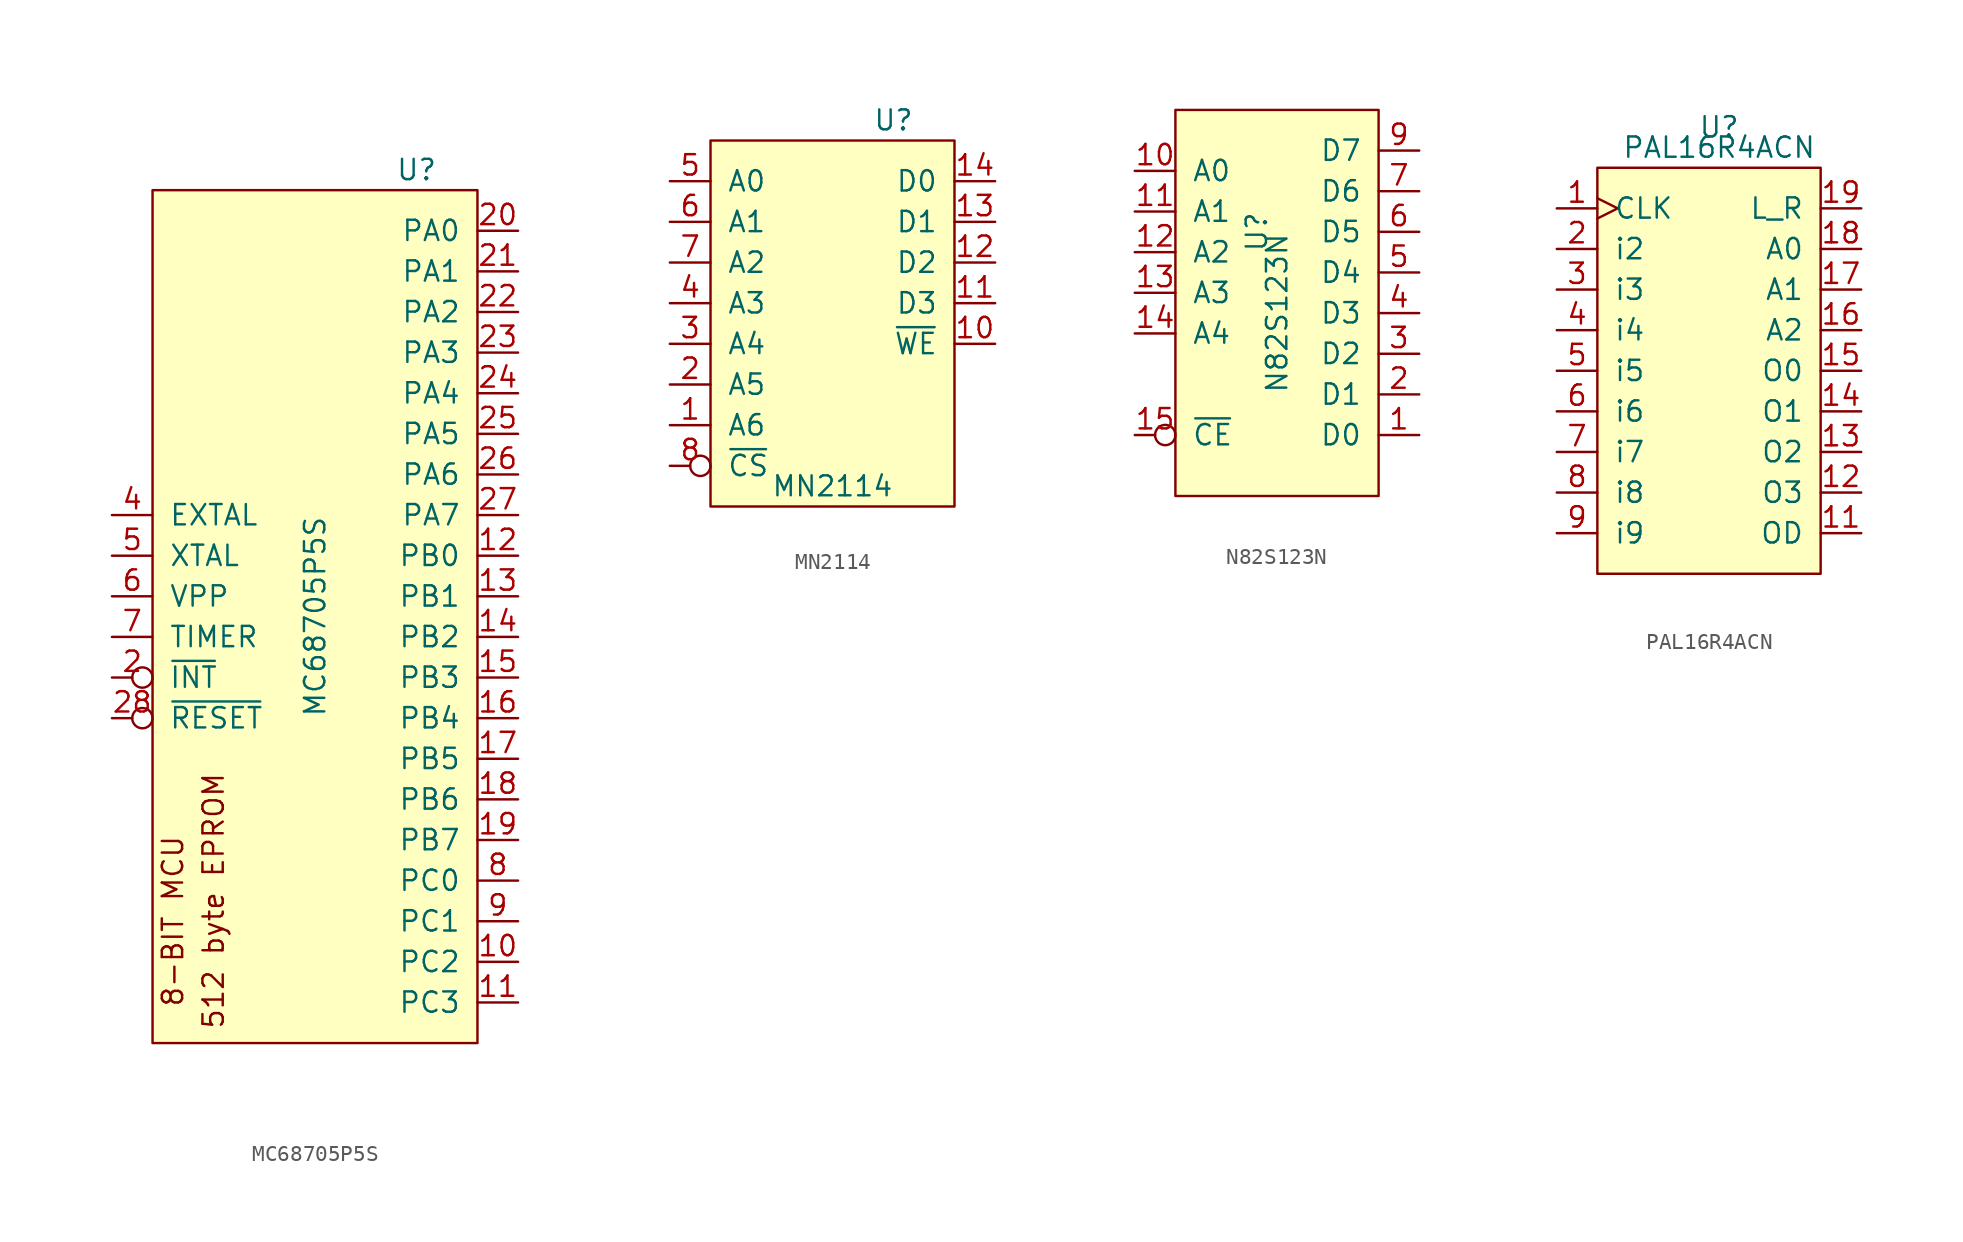
<source format=kicad_sym>
(kicad_symbol_lib
  (version 20211014)
  (generator kicad_symbol_editor)
  (symbol "MC68705P5S"
    (pin_names
      (offset 1.016))
    (property "Reference" "U"
      (at 6.35 27.94 0)
      (effects (font (size 1.27 1.27))))
    (property "Value" "MC68705P5S"
      (at 0 0 90)
      (effects (font (size 1.27 1.27))))
    (symbol "MC68705P5S_0_0"
      (text "512 byte EPROM" (at -6.35 -17.78 900) (effects (font (size 1.27 1.27))))
      (text "8-BIT MCU" (at -8.89 -19.05 900) (effects (font (size 1.27 1.27)))))
    (symbol "MC68705P5S_0_1"
      (rectangle (start 10.16 26.67) (end -10.16 -26.67) (stroke (width 0) (type default) (color 0 0 0 0)) (fill (type background))))
    (symbol "MC68705P5S_1_1"
      (pin power_in line (at 0 -26.67 90) (length 2.54) hide (name "VSS" (effects (font (size 1.27 1.27)))) (number "1" (effects (font (size 1.27 1.27)))))
      (pin bidirectional line (at 12.7 -21.59 180) (length 2.54) (name "PC2" (effects (font (size 1.27 1.27)))) (number "10" (effects (font (size 1.27 1.27)))))
      (pin bidirectional line (at 12.7 -24.13 180) (length 2.54) (name "PC3" (effects (font (size 1.27 1.27)))) (number "11" (effects (font (size 1.27 1.27)))))
      (pin bidirectional line (at 12.7 3.81 180) (length 2.54) (name "PB0" (effects (font (size 1.27 1.27)))) (number "12" (effects (font (size 1.27 1.27)))))
      (pin bidirectional line (at 12.7 1.27 180) (length 2.54) (name "PB1" (effects (font (size 1.27 1.27)))) (number "13" (effects (font (size 1.27 1.27)))))
      (pin bidirectional line (at 12.7 -1.27 180) (length 2.54) (name "PB2" (effects (font (size 1.27 1.27)))) (number "14" (effects (font (size 1.27 1.27)))))
      (pin bidirectional line (at 12.7 -3.81 180) (length 2.54) (name "PB3" (effects (font (size 1.27 1.27)))) (number "15" (effects (font (size 1.27 1.27)))))
      (pin bidirectional line (at 12.7 -6.35 180) (length 2.54) (name "PB4" (effects (font (size 1.27 1.27)))) (number "16" (effects (font (size 1.27 1.27)))))
      (pin bidirectional line (at 12.7 -8.89 180) (length 2.54) (name "PB5" (effects (font (size 1.27 1.27)))) (number "17" (effects (font (size 1.27 1.27)))))
      (pin bidirectional line (at 12.7 -11.43 180) (length 2.54) (name "PB6" (effects (font (size 1.27 1.27)))) (number "18" (effects (font (size 1.27 1.27)))))
      (pin bidirectional line (at 12.7 -13.97 180) (length 2.54) (name "PB7" (effects (font (size 1.27 1.27)))) (number "19" (effects (font (size 1.27 1.27)))))
      (pin input inverted (at -12.7 -3.81 0) (length 2.54) (name "~{INT}" (effects (font (size 1.27 1.27)))) (number "2" (effects (font (size 1.27 1.27)))))
      (pin bidirectional line (at 12.7 24.13 180) (length 2.54) (name "PA0" (effects (font (size 1.27 1.27)))) (number "20" (effects (font (size 1.27 1.27)))))
      (pin bidirectional line (at 12.7 21.59 180) (length 2.54) (name "PA1" (effects (font (size 1.27 1.27)))) (number "21" (effects (font (size 1.27 1.27)))))
      (pin bidirectional line (at 12.7 19.05 180) (length 2.54) (name "PA2" (effects (font (size 1.27 1.27)))) (number "22" (effects (font (size 1.27 1.27)))))
      (pin bidirectional line (at 12.7 16.51 180) (length 2.54) (name "PA3" (effects (font (size 1.27 1.27)))) (number "23" (effects (font (size 1.27 1.27)))))
      (pin bidirectional line (at 12.7 13.97 180) (length 2.54) (name "PA4" (effects (font (size 1.27 1.27)))) (number "24" (effects (font (size 1.27 1.27)))))
      (pin bidirectional line (at 12.7 11.43 180) (length 2.54) (name "PA5" (effects (font (size 1.27 1.27)))) (number "25" (effects (font (size 1.27 1.27)))))
      (pin bidirectional line (at 12.7 8.89 180) (length 2.54) (name "PA6" (effects (font (size 1.27 1.27)))) (number "26" (effects (font (size 1.27 1.27)))))
      (pin bidirectional line (at 12.7 6.35 180) (length 2.54) (name "PA7" (effects (font (size 1.27 1.27)))) (number "27" (effects (font (size 1.27 1.27)))))
      (pin input inverted (at -12.7 -6.35 0) (length 2.54) (name "~{RESET}" (effects (font (size 1.27 1.27)))) (number "28" (effects (font (size 1.27 1.27)))))
      (pin power_in line (at 0 26.67 270) (length 2.54) hide (name "VCC" (effects (font (size 1.27 1.27)))) (number "3" (effects (font (size 1.27 1.27)))))
      (pin input line (at -12.7 6.35 0) (length 2.54) (name "EXTAL" (effects (font (size 1.27 1.27)))) (number "4" (effects (font (size 1.27 1.27)))))
      (pin input line (at -12.7 3.81 0) (length 2.54) (name "XTAL" (effects (font (size 1.27 1.27)))) (number "5" (effects (font (size 1.27 1.27)))))
      (pin input line (at -12.7 1.27 0) (length 2.54) (name "VPP" (effects (font (size 1.27 1.27)))) (number "6" (effects (font (size 1.27 1.27)))))
      (pin input line (at -12.7 -1.27 0) (length 2.54) (name "TIMER" (effects (font (size 1.27 1.27)))) (number "7" (effects (font (size 1.27 1.27)))))
      (pin bidirectional line (at 12.7 -16.51 180) (length 2.54) (name "PC0" (effects (font (size 1.27 1.27)))) (number "8" (effects (font (size 1.27 1.27)))))
      (pin bidirectional line (at 12.7 -19.05 180) (length 2.54) (name "PC1" (effects (font (size 1.27 1.27)))) (number "9" (effects (font (size 1.27 1.27)))))))
  (symbol "MN2114"
    (pin_names
      (offset 1.016))
    (property "Reference" "U"
      (at 3.81 12.7 0)
      (effects (font (size 1.245 1.245))))
    (property "Value" "MN2114"
      (at 0 -10.16 0)
      (effects (font (size 1.245 1.245))))
    (symbol "MN2114_0_1"
      (rectangle (start -7.62 11.43) (end 7.62 -11.43) (stroke (width 0) (type default) (color 0 0 0 0)) (fill (type background))))
    (symbol "MN2114_1_1"
      (pin input line (at -10.16 -6.35 0) (length 2.54) (name "A6" (effects (font (size 1.27 1.27)))) (number "1" (effects (font (size 1.27 1.27)))))
      (pin input line (at 10.16 -1.27 180) (length 2.54) (name "~{WE}" (effects (font (size 1.27 1.27)))) (number "10" (effects (font (size 1.27 1.27)))))
      (pin bidirectional line (at 10.16 1.27 180) (length 2.54) (name "D3" (effects (font (size 1.27 1.27)))) (number "11" (effects (font (size 1.27 1.27)))))
      (pin bidirectional line (at 10.16 3.81 180) (length 2.54) (name "D2" (effects (font (size 1.27 1.27)))) (number "12" (effects (font (size 1.27 1.27)))))
      (pin bidirectional line (at 10.16 6.35 180) (length 2.54) (name "D1" (effects (font (size 1.27 1.27)))) (number "13" (effects (font (size 1.27 1.27)))))
      (pin bidirectional line (at 10.16 8.89 180) (length 2.54) (name "D0" (effects (font (size 1.27 1.27)))) (number "14" (effects (font (size 1.27 1.27)))))
      (pin input line (at -10.16 -3.81 0) (length 2.54) (name "A5" (effects (font (size 1.27 1.27)))) (number "2" (effects (font (size 1.27 1.27)))))
      (pin input line (at -10.16 -1.27 0) (length 2.54) (name "A4" (effects (font (size 1.27 1.27)))) (number "3" (effects (font (size 1.27 1.27)))))
      (pin input line (at -10.16 1.27 0) (length 2.54) (name "A3" (effects (font (size 1.27 1.27)))) (number "4" (effects (font (size 1.27 1.27)))))
      (pin input line (at -10.16 8.89 0) (length 2.54) (name "A0" (effects (font (size 1.27 1.27)))) (number "5" (effects (font (size 1.27 1.27)))))
      (pin input line (at -10.16 6.35 0) (length 2.54) (name "A1" (effects (font (size 1.27 1.27)))) (number "6" (effects (font (size 1.27 1.27)))))
      (pin input line (at -10.16 3.81 0) (length 2.54) (name "A2" (effects (font (size 1.27 1.27)))) (number "7" (effects (font (size 1.27 1.27)))))
      (pin input inverted (at -10.16 -8.89 0) (length 2.54) (name "~{CS}" (effects (font (size 1.27 1.27)))) (number "8" (effects (font (size 1.27 1.27)))))))
  (symbol "N82S123N"
    (pin_names
      (offset 1.016))
    (property "Reference" "U"
      (at -1.27 0 90)
      (effects (font (size 1.27 1.27))))
    (property "Value" "N82S123N"
      (at 0 -5.08 90)
      (effects (font (size 1.27 1.27))))
    (symbol "N82S123N_0_1"
      (rectangle (start -6.35 7.62) (end 6.35 -16.51) (stroke (width 0) (type default) (color 0 0 0 0)) (fill (type background))))
    (symbol "N82S123N_1_1"
      (pin output line (at 8.89 -12.7 180) (length 2.54) (name "D0" (effects (font (size 1.27 1.27)))) (number "1" (effects (font (size 1.27 1.27)))))
      (pin input line (at -8.89 3.81 0) (length 2.54) (name "A0" (effects (font (size 1.27 1.27)))) (number "10" (effects (font (size 1.27 1.27)))))
      (pin input line (at -8.89 1.27 0) (length 2.54) (name "A1" (effects (font (size 1.27 1.27)))) (number "11" (effects (font (size 1.27 1.27)))))
      (pin input line (at -8.89 -1.27 0) (length 2.54) (name "A2" (effects (font (size 1.27 1.27)))) (number "12" (effects (font (size 1.27 1.27)))))
      (pin input line (at -8.89 -3.81 0) (length 2.54) (name "A3" (effects (font (size 1.27 1.27)))) (number "13" (effects (font (size 1.27 1.27)))))
      (pin input line (at -8.89 -6.35 0) (length 2.54) (name "A4" (effects (font (size 1.27 1.27)))) (number "14" (effects (font (size 1.27 1.27)))))
      (pin input inverted (at -8.89 -12.7 0) (length 2.54) (name "~{CE}" (effects (font (size 1.27 1.27)))) (number "15" (effects (font (size 1.27 1.27)))))
      (pin power_in line (at 0 7.62 270) (length 2.54) hide (name "VCC" (effects (font (size 1.27 1.27)))) (number "16" (effects (font (size 1.27 1.27)))))
      (pin output line (at 8.89 -10.16 180) (length 2.54) (name "D1" (effects (font (size 1.27 1.27)))) (number "2" (effects (font (size 1.27 1.27)))))
      (pin output line (at 8.89 -7.62 180) (length 2.54) (name "D2" (effects (font (size 1.27 1.27)))) (number "3" (effects (font (size 1.27 1.27)))))
      (pin output line (at 8.89 -5.08 180) (length 2.54) (name "D3" (effects (font (size 1.27 1.27)))) (number "4" (effects (font (size 1.27 1.27)))))
      (pin output line (at 8.89 -2.54 180) (length 2.54) (name "D4" (effects (font (size 1.27 1.27)))) (number "5" (effects (font (size 1.27 1.27)))))
      (pin output line (at 8.89 0 180) (length 2.54) (name "D5" (effects (font (size 1.27 1.27)))) (number "6" (effects (font (size 1.27 1.27)))))
      (pin output line (at 8.89 2.54 180) (length 2.54) (name "D6" (effects (font (size 1.27 1.27)))) (number "7" (effects (font (size 1.27 1.27)))))
      (pin power_in line (at 0 -16.51 90) (length 2.54) hide (name "VSS" (effects (font (size 1.27 1.27)))) (number "8" (effects (font (size 1.27 1.27)))))
      (pin output line (at 8.89 5.08 180) (length 2.54) (name "D7" (effects (font (size 1.27 1.27)))) (number "9" (effects (font (size 1.27 1.27)))))))
  (symbol "PAL16R4ACN"
    (pin_names
      (offset 1.016))
    (property "Reference" "U"
      (at 0 12.7 0)
      (effects (font (size 1.27 1.27))))
    (property "Value" "PAL16R4ACN"
      (at 0 11.43 0)
      (effects (font (size 1.27 1.27))))
    (symbol "PAL16R4ACN_0_1"
      (rectangle (start -7.62 10.16) (end 6.35 -15.24) (stroke (width 0) (type default) (color 0 0 0 0)) (fill (type background))))
    (symbol "PAL16R4ACN_1_1"
      (pin input clock (at -10.16 7.62 0) (length 2.54) (name "CLK" (effects (font (size 1.27 1.27)))) (number "1" (effects (font (size 1.27 1.27)))))
      (pin power_in line (at 0 -15.24 90) (length 2.54) hide (name "GND" (effects (font (size 1.27 1.27)))) (number "10" (effects (font (size 1.27 1.27)))))
      (pin input line (at 8.89 -12.7 180) (length 2.54) (name "OD" (effects (font (size 1.27 1.27)))) (number "11" (effects (font (size 1.27 1.27)))))
      (pin output line (at 8.89 -10.16 180) (length 2.54) (name "O3" (effects (font (size 1.27 1.27)))) (number "12" (effects (font (size 1.27 1.27)))))
      (pin output line (at 8.89 -7.62 180) (length 2.54) (name "O2" (effects (font (size 1.27 1.27)))) (number "13" (effects (font (size 1.27 1.27)))))
      (pin output line (at 8.89 -5.08 180) (length 2.54) (name "O1" (effects (font (size 1.27 1.27)))) (number "14" (effects (font (size 1.27 1.27)))))
      (pin output line (at 8.89 -2.54 180) (length 2.54) (name "O0" (effects (font (size 1.27 1.27)))) (number "15" (effects (font (size 1.27 1.27)))))
      (pin input line (at 8.89 0 180) (length 2.54) (name "A2" (effects (font (size 1.27 1.27)))) (number "16" (effects (font (size 1.27 1.27)))))
      (pin input line (at 8.89 2.54 180) (length 2.54) (name "A1" (effects (font (size 1.27 1.27)))) (number "17" (effects (font (size 1.27 1.27)))))
      (pin input line (at 8.89 5.08 180) (length 2.54) (name "A0" (effects (font (size 1.27 1.27)))) (number "18" (effects (font (size 1.27 1.27)))))
      (pin input line (at 8.89 7.62 180) (length 2.54) (name "L_R" (effects (font (size 1.27 1.27)))) (number "19" (effects (font (size 1.27 1.27)))))
      (pin input line (at -10.16 5.08 0) (length 2.54) (name "i2" (effects (font (size 1.27 1.27)))) (number "2" (effects (font (size 1.27 1.27)))))
      (pin power_in line (at 0 10.16 270) (length 2.54) hide (name "VCC" (effects (font (size 1.27 1.27)))) (number "20" (effects (font (size 1.27 1.27)))))
      (pin input line (at -10.16 2.54 0) (length 2.54) (name "i3" (effects (font (size 1.27 1.27)))) (number "3" (effects (font (size 1.27 1.27)))))
      (pin input line (at -10.16 0 0) (length 2.54) (name "i4" (effects (font (size 1.27 1.27)))) (number "4" (effects (font (size 1.27 1.27)))))
      (pin input line (at -10.16 -2.54 0) (length 2.54) (name "i5" (effects (font (size 1.27 1.27)))) (number "5" (effects (font (size 1.27 1.27)))))
      (pin input line (at -10.16 -5.08 0) (length 2.54) (name "i6" (effects (font (size 1.27 1.27)))) (number "6" (effects (font (size 1.27 1.27)))))
      (pin input line (at -10.16 -7.62 0) (length 2.54) (name "i7" (effects (font (size 1.27 1.27)))) (number "7" (effects (font (size 1.27 1.27)))))
      (pin input line (at -10.16 -10.16 0) (length 2.54) (name "i8" (effects (font (size 1.27 1.27)))) (number "8" (effects (font (size 1.27 1.27)))))
      (pin input line (at -10.16 -12.7 0) (length 2.54) (name "i9" (effects (font (size 1.27 1.27)))) (number "9" (effects (font (size 1.27 1.27))))))))
</source>
